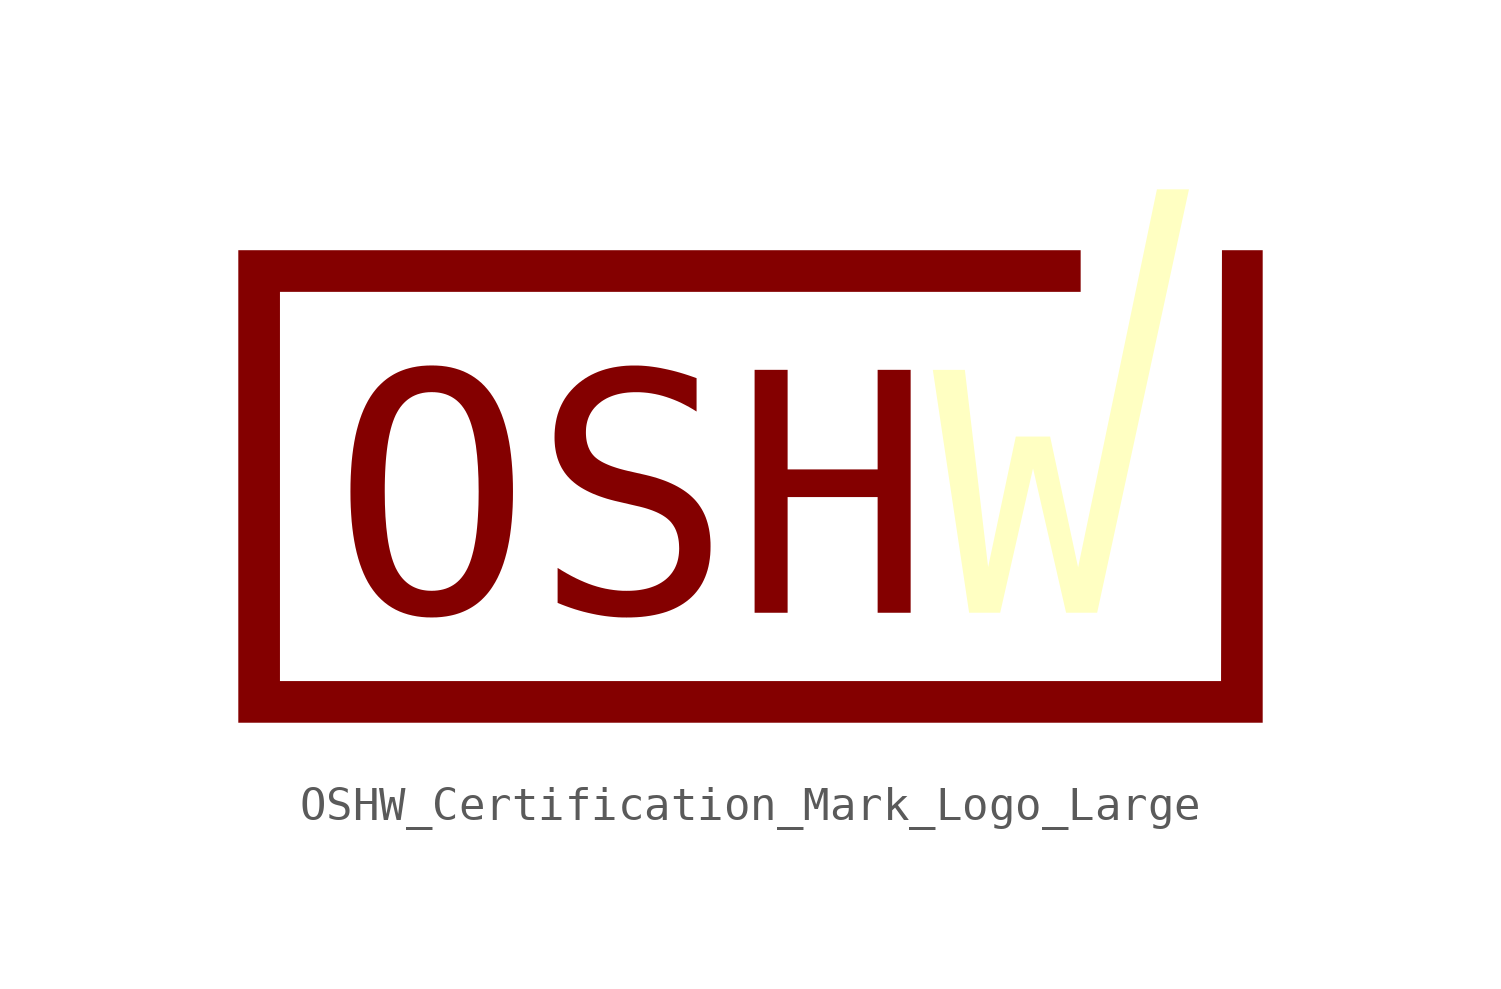
<source format=kicad_sym>
(kicad_symbol_lib
  (version 20231120)
  (generator "kicad_symbol_editor")
  (generator_version "8.0")
  (symbol "OSHW_Certification_Mark_Logo_Large"
    (property "Reference" "LOGO"
      (at 0 0 0)
      (effects (font (size 1.27 1.27)) (hide yes)))
    (symbol "OSHW_Certification_Mark_Logo_Large_0_1"
      (polyline (pts (xy -6.956 -1.072) (xy -6.956 -1.072) (xy -6.956 -1.072)) (stroke (width -0.0001) (type default)) (fill (type background)))
      (polyline (pts (xy -1.579 2.248) (xy -1.579 2.248) (xy -1.579 2.248)) (stroke (width -0.0001) (type default)) (fill (type background)))
      (polyline (pts (xy 10.152 -4.622) (xy 9.242 -4.622) (xy 8.274 -0.396) (xy 7.312 -4.622) (xy 6.402 -4.622) (xy 5.339 2.492) (xy 6.278 2.492) (xy 6.959 -3.283) (xy 7.769 0.538) (xy 8.775 0.538) (xy 9.594 -3.293) (xy 11.902 7.778) (xy 12.841 7.778)) (stroke (width -0.0001) (type default)) (fill (type background))))
    (symbol "OSHW_Certification_Mark_Logo_Large_1_1"
      (polyline (pts (xy 15 -7.843) (xy -15 -7.843) (xy -15 5.995) (xy -15 5.995) (xy 9.669 5.995) (xy 9.669 4.775) (xy -13.78 4.775) (xy -13.78 -6.623) (xy 13.78 -6.623) (xy 13.807 5.995) (xy 15 5.995)) (stroke (width -0.0001) (type default)) (fill (type outline)))
      (polyline (pts (xy 1.087 -0.424) (xy 3.723 -0.424) (xy 3.723 2.492) (xy 4.69 2.492) (xy 4.69 -4.622) (xy 3.723 -4.622) (xy 3.723 -1.234) (xy 1.087 -1.234) (xy 1.087 -4.622) (xy 0.12 -4.622) (xy 0.12 2.492) (xy 1.087 2.492)) (stroke (width -0.0001) (type default)) (fill (type outline)))
      (polyline (pts (xy -9.19 2.617) (xy -9.047 2.607) (xy -8.908 2.589) (xy -8.774 2.564) (xy -8.645 2.531) (xy -8.521 2.492) (xy -8.402 2.446) (xy -8.288 2.392) (xy -8.178 2.331) (xy -8.073 2.263) (xy -7.973 2.188) (xy -7.878 2.106) (xy -7.788 2.017) (xy -7.703 1.92) (xy -7.622 1.817) (xy -7.547 1.706) (xy -7.475 1.588) (xy -7.408 1.462) (xy -7.346 1.329) (xy -7.288 1.189) (xy -7.235 1.042) (xy -7.187 0.886) (xy -7.143 0.724) (xy -7.104 0.554) (xy -7.069 0.377) (xy -7.039 0.192) (xy -7.014 -0.0003) (xy -6.993 -0.2) (xy -6.977 -0.407) (xy -6.965 -0.621) (xy -6.958 -0.843) (xy -6.956 -1.072) (xy -6.958 -1.301) (xy -6.965 -1.522) (xy -6.977 -1.736) (xy -6.993 -1.942) (xy -7.014 -2.141) (xy -7.039 -2.333) (xy -7.069 -2.518) (xy -7.104 -2.695) (xy -7.143 -2.864) (xy -7.187 -3.026) (xy -7.235 -3.181) (xy -7.288 -3.329) (xy -7.346 -3.469) (xy -7.408 -3.602) (xy -7.475 -3.727) (xy -7.547 -3.845) (xy -7.584 -3.902) (xy -7.622 -3.956) (xy -7.662 -4.009) (xy -7.703 -4.06) (xy -7.745 -4.109) (xy -7.788 -4.156) (xy -7.833 -4.202) (xy -7.878 -4.246) (xy -7.925 -4.288) (xy -7.973 -4.328) (xy -8.023 -4.366) (xy -8.073 -4.403) (xy -8.125 -4.438) (xy -8.178 -4.471) (xy -8.232 -4.502) (xy -8.288 -4.532) (xy -8.344 -4.559) (xy -8.402 -4.585) (xy -8.461 -4.609) (xy -8.521 -4.632) (xy -8.583 -4.652) (xy -8.645 -4.671) (xy -8.709 -4.688) (xy -8.774 -4.703) (xy -8.841 -4.716) (xy -8.908 -4.728) (xy -9.047 -4.746) (xy -9.19 -4.757) (xy -9.338 -4.76) (xy -9.487 -4.757) (xy -9.63 -4.746) (xy -9.769 -4.728) (xy -9.902 -4.703) (xy -10.031 -4.671) (xy -10.155 -4.632) (xy -10.275 -4.586) (xy -10.389 -4.533) (xy -10.499 -4.472) (xy -10.603 -4.405) (xy -10.703 -4.33) (xy -10.798 -4.248) (xy -10.889 -4.159) (xy -10.974 -4.063) (xy -11.054 -3.96) (xy -11.13 -3.85) (xy -11.201 -3.733) (xy -11.267 -3.608) (xy -11.329 -3.475) (xy -11.386 -3.335) (xy -11.439 -3.188) (xy -11.487 -3.033) (xy -11.531 -2.87) (xy -11.57 -2.7) (xy -11.604 -2.523) (xy -11.634 -2.338) (xy -11.659 -2.146) (xy -11.68 -1.946) (xy -11.695 -1.739) (xy -11.707 -1.524) (xy -11.714 -1.302) (xy -11.716 -1.072) (xy -10.711 -1.072) (xy -10.706 -1.449) (xy -10.691 -1.798) (xy -10.666 -2.119) (xy -10.631 -2.412) (xy -10.61 -2.549) (xy -10.586 -2.678) (xy -10.56 -2.8) (xy -10.531 -2.915) (xy -10.5 -3.024) (xy -10.466 -3.125) (xy -10.43 -3.219) (xy -10.392 -3.307) (xy -10.349 -3.388) (xy -10.327 -3.427) (xy -10.304 -3.464) (xy -10.28 -3.5) (xy -10.256 -3.535) (xy -10.23 -3.569) (xy -10.204 -3.601) (xy -10.177 -3.632) (xy -10.149 -3.661) (xy -10.121 -3.689) (xy -10.091 -3.716) (xy -10.061 -3.742) (xy -10.03 -3.766) (xy -9.999 -3.789) (xy -9.966 -3.811) (xy -9.933 -3.831) (xy -9.899 -3.85) (xy -9.864 -3.868) (xy -9.828 -3.884) (xy -9.792 -3.899) (xy -9.755 -3.913) (xy -9.716 -3.926) (xy -9.678 -3.937) (xy -9.638 -3.947) (xy -9.598 -3.955) (xy -9.556 -3.962) (xy -9.514 -3.968) (xy -9.472 -3.973) (xy -9.428 -3.976) (xy -9.338 -3.979) (xy -9.248 -3.976) (xy -9.161 -3.968) (xy -9.078 -3.955) (xy -8.997 -3.937) (xy -8.92 -3.914) (xy -8.846 -3.885) (xy -8.776 -3.851) (xy -8.708 -3.812) (xy -8.644 -3.768) (xy -8.583 -3.718) (xy -8.525 -3.663) (xy -8.471 -3.603) (xy -8.42 -3.538) (xy -8.372 -3.468) (xy -8.327 -3.392) (xy -8.285 -3.312) (xy -8.246 -3.224) (xy -8.209 -3.13) (xy -8.175 -3.028) (xy -8.144 -2.92) (xy -8.114 -2.804) (xy -8.088 -2.682) (xy -8.064 -2.552) (xy -8.042 -2.416) (xy -8.023 -2.272) (xy -8.007 -2.122) (xy -7.993 -1.964) (xy -7.982 -1.8) (xy -7.973 -1.628) (xy -7.966 -1.45) (xy -7.963 -1.264) (xy -7.961 -1.072) (xy -7.966 -0.694) (xy -7.982 -0.344) (xy -8.007 -0.022) (xy -8.042 0.272) (xy -8.064 0.408) (xy -8.088 0.538) (xy -8.114 0.66) (xy -8.144 0.776) (xy -8.175 0.884) (xy -8.209 0.986) (xy -8.246 1.08) (xy -8.285 1.167) (xy -8.327 1.249) (xy -8.349 1.288) (xy -8.372 1.325) (xy -8.395 1.361) (xy -8.42 1.396) (xy -8.445 1.429) (xy -8.471 1.462) (xy -8.498 1.492) (xy -8.525 1.522) (xy -8.554 1.55) (xy -8.583 1.577) (xy -8.613 1.603) (xy -8.644 1.627) (xy -8.676 1.65) (xy -8.708 1.671) (xy -8.742 1.692) (xy -8.776 1.711) (xy -8.811 1.728) (xy -8.846 1.745) (xy -8.883 1.76) (xy -8.92 1.774) (xy -8.958 1.786) (xy -8.997 1.797) (xy -9.037 1.807) (xy -9.078 1.816) (xy -9.119 1.823) (xy -9.161 1.829) (xy -9.204 1.833) (xy -9.248 1.837) (xy -9.338 1.839) (xy -9.428 1.837) (xy -9.514 1.829) (xy -9.598 1.816) (xy -9.678 1.797) (xy -9.755 1.774) (xy -9.828 1.745) (xy -9.899 1.711) (xy -9.966 1.671) (xy -10.03 1.627) (xy -10.091 1.577) (xy -10.149 1.522) (xy -10.204 1.462) (xy -10.256 1.396) (xy -10.304 1.325) (xy -10.349 1.249) (xy -10.392 1.167) (xy -10.43 1.08) (xy -10.466 0.986) (xy -10.5 0.884) (xy -10.531 0.776) (xy -10.56 0.66) (xy -10.586 0.538) (xy -10.61 0.408) (xy -10.631 0.272) (xy -10.65 0.128) (xy -10.666 -0.022) (xy -10.68 -0.18) (xy -10.691 -0.344) (xy -10.7 -0.516) (xy -10.706 -0.694) (xy -10.71 -0.88) (xy -10.711 -1.072) (xy -11.716 -1.072) (xy -11.716 -1.072) (xy -11.714 -0.843) (xy -11.707 -0.621) (xy -11.695 -0.407) (xy -11.68 -0.2) (xy -11.659 -0.0003) (xy -11.634 0.192) (xy -11.604 0.377) (xy -11.57 0.554) (xy -11.531 0.724) (xy -11.487 0.886) (xy -11.439 1.042) (xy -11.386 1.189) (xy -11.329 1.329) (xy -11.267 1.462) (xy -11.201 1.588) (xy -11.13 1.706) (xy -11.092 1.762) (xy -11.054 1.817) (xy -11.014 1.869) (xy -10.973 1.92) (xy -10.931 1.97) (xy -10.887 2.017) (xy -10.842 2.062) (xy -10.796 2.106) (xy -10.749 2.148) (xy -10.701 2.188) (xy -10.652 2.227) (xy -10.601 2.263) (xy -10.549 2.298) (xy -10.496 2.331) (xy -10.442 2.363) (xy -10.387 2.392) (xy -10.33 2.42) (xy -10.272 2.446) (xy -10.213 2.47) (xy -10.153 2.492) (xy -10.092 2.513) (xy -10.029 2.531) (xy -9.966 2.548) (xy -9.901 2.564) (xy -9.767 2.589) (xy -9.629 2.607) (xy -9.486 2.617) (xy -9.338 2.621)) (stroke (width -0.0001) (type default)) (fill (type outline)))
      (polyline (pts (xy -3.292 2.618) (xy -3.187 2.614) (xy -3.082 2.606) (xy -2.974 2.596) (xy -2.866 2.582) (xy -2.756 2.566) (xy -2.645 2.547) (xy -2.533 2.524) (xy -2.419 2.5) (xy -2.303 2.473) (xy -2.186 2.443) (xy -2.068 2.41) (xy -1.948 2.374) (xy -1.827 2.335) (xy -1.704 2.293) (xy -1.579 2.248) (xy -1.579 1.271) (xy -1.689 1.339) (xy -1.799 1.403) (xy -1.909 1.462) (xy -2.019 1.518) (xy -2.129 1.569) (xy -2.24 1.615) (xy -2.35 1.657) (xy -2.461 1.695) (xy -2.571 1.729) (xy -2.681 1.758) (xy -2.791 1.782) (xy -2.902 1.802) (xy -3.013 1.818) (xy -3.124 1.829) (xy -3.236 1.836) (xy -3.347 1.838) (xy -3.431 1.837) (xy -3.513 1.833) (xy -3.593 1.827) (xy -3.67 1.818) (xy -3.745 1.807) (xy -3.818 1.793) (xy -3.889 1.777) (xy -3.957 1.758) (xy -4.023 1.737) (xy -4.087 1.713) (xy -4.149 1.687) (xy -4.209 1.659) (xy -4.266 1.627) (xy -4.321 1.594) (xy -4.374 1.558) (xy -4.424 1.519) (xy -4.472 1.479) (xy -4.517 1.437) (xy -4.559 1.393) (xy -4.597 1.348) (xy -4.633 1.3) (xy -4.665 1.252) (xy -4.694 1.201) (xy -4.721 1.148) (xy -4.744 1.094) (xy -4.764 1.038) (xy -4.781 0.981) (xy -4.795 0.921) (xy -4.806 0.86) (xy -4.814 0.797) (xy -4.818 0.732) (xy -4.82 0.666) (xy -4.819 0.608) (xy -4.816 0.551) (xy -4.811 0.497) (xy -4.804 0.444) (xy -4.795 0.393) (xy -4.784 0.344) (xy -4.77 0.296) (xy -4.755 0.25) (xy -4.738 0.206) (xy -4.719 0.164) (xy -4.698 0.123) (xy -4.675 0.084) (xy -4.65 0.047) (xy -4.623 0.012) (xy -4.593 -0.022) (xy -4.562 -0.054) (xy -4.528 -0.084) (xy -4.49 -0.114) (xy -4.448 -0.144) (xy -4.403 -0.172) (xy -4.355 -0.201) (xy -4.303 -0.228) (xy -4.247 -0.255) (xy -4.188 -0.281) (xy -4.126 -0.307) (xy -4.06 -0.332) (xy -3.99 -0.356) (xy -3.917 -0.38) (xy -3.841 -0.403) (xy -3.761 -0.425) (xy -3.677 -0.447) (xy -3.59 -0.468) (xy -3.085 -0.583) (xy -2.962 -0.613) (xy -2.844 -0.645) (xy -2.729 -0.679) (xy -2.619 -0.716) (xy -2.513 -0.754) (xy -2.411 -0.795) (xy -2.314 -0.838) (xy -2.22 -0.883) (xy -2.131 -0.93) (xy -2.047 -0.979) (xy -1.966 -1.03) (xy -1.89 -1.083) (xy -1.818 -1.138) (xy -1.75 -1.196) (xy -1.687 -1.255) (xy -1.627 -1.316) (xy -1.572 -1.38) (xy -1.52 -1.447) (xy -1.472 -1.517) (xy -1.427 -1.589) (xy -1.386 -1.664) (xy -1.348 -1.742) (xy -1.314 -1.823) (xy -1.284 -1.907) (xy -1.257 -1.994) (xy -1.234 -2.083) (xy -1.214 -2.175) (xy -1.198 -2.271) (xy -1.186 -2.369) (xy -1.177 -2.469) (xy -1.171 -2.573) (xy -1.17 -2.679) (xy -1.172 -2.804) (xy -1.179 -2.925) (xy -1.192 -3.043) (xy -1.209 -3.156) (xy -1.231 -3.267) (xy -1.258 -3.373) (xy -1.29 -3.475) (xy -1.327 -3.574) (xy -1.369 -3.669) (xy -1.415 -3.76) (xy -1.467 -3.847) (xy -1.524 -3.931) (xy -1.585 -4.011) (xy -1.651 -4.087) (xy -1.722 -4.159) (xy -1.799 -4.228) (xy -1.879 -4.292) (xy -1.965 -4.353) (xy -2.055 -4.409) (xy -2.149 -4.461) (xy -2.248 -4.509) (xy -2.351 -4.553) (xy -2.458 -4.593) (xy -2.571 -4.628) (xy -2.687 -4.659) (xy -2.808 -4.686) (xy -2.934 -4.709) (xy -3.064 -4.728) (xy -3.198 -4.743) (xy -3.337 -4.753) (xy -3.481 -4.759) (xy -3.628 -4.761) (xy -3.754 -4.76) (xy -3.879 -4.755) (xy -4.004 -4.746) (xy -4.13 -4.734) (xy -4.256 -4.719) (xy -4.382 -4.7) (xy -4.508 -4.678) (xy -4.634 -4.652) (xy -4.76 -4.624) (xy -4.887 -4.593) (xy -5.013 -4.558) (xy -5.14 -4.52) (xy -5.267 -4.478) (xy -5.394 -4.433) (xy -5.521 -4.385) (xy -5.649 -4.333) (xy -5.649 -3.308) (xy -5.513 -3.392) (xy -5.379 -3.47) (xy -5.247 -3.543) (xy -5.116 -3.61) (xy -4.988 -3.67) (xy -4.862 -3.725) (xy -4.737 -3.775) (xy -4.615 -3.818) (xy -4.492 -3.856) (xy -4.369 -3.889) (xy -4.246 -3.917) (xy -4.123 -3.939) (xy -3.999 -3.957) (xy -3.876 -3.97) (xy -3.752 -3.978) (xy -3.628 -3.98) (xy -3.539 -3.979) (xy -3.451 -3.975) (xy -3.366 -3.969) (xy -3.284 -3.96) (xy -3.204 -3.948) (xy -3.127 -3.934) (xy -3.053 -3.918) (xy -2.98 -3.899) (xy -2.911 -3.877) (xy -2.844 -3.853) (xy -2.779 -3.827) (xy -2.717 -3.798) (xy -2.658 -3.766) (xy -2.601 -3.732) (xy -2.546 -3.695) (xy -2.494 -3.656) (xy -2.445 -3.614) (xy -2.399 -3.57) (xy -2.357 -3.524) (xy -2.317 -3.475) (xy -2.281 -3.425) (xy -2.248 -3.373) (xy -2.217 -3.319) (xy -2.191 -3.263) (xy -2.167 -3.205) (xy -2.146 -3.144) (xy -2.129 -3.082) (xy -2.115 -3.018) (xy -2.104 -2.952) (xy -2.096 -2.884) (xy -2.091 -2.813) (xy -2.089 -2.741) (xy -2.091 -2.675) (xy -2.094 -2.612) (xy -2.099 -2.55) (xy -2.107 -2.49) (xy -2.117 -2.432) (xy -2.129 -2.376) (xy -2.143 -2.322) (xy -2.16 -2.271) (xy -2.178 -2.221) (xy -2.199 -2.173) (xy -2.222 -2.127) (xy -2.248 -2.083) (xy -2.275 -2.041) (xy -2.305 -2.001) (xy -2.336 -1.962) (xy -2.37 -1.926) (xy -2.407 -1.892) (xy -2.446 -1.858) (xy -2.489 -1.825) (xy -2.535 -1.794) (xy -2.584 -1.763) (xy -2.636 -1.734) (xy -2.692 -1.705) (xy -2.751 -1.677) (xy -2.813 -1.651) (xy -2.878 -1.625) (xy -2.946 -1.601) (xy -3.018 -1.577) (xy -3.093 -1.554) (xy -3.171 -1.533) (xy -3.253 -1.512) (xy -3.338 -1.493) (xy -3.852 -1.373) (xy -3.974 -1.345) (xy -4.092 -1.314) (xy -4.205 -1.282) (xy -4.314 -1.247) (xy -4.419 -1.211) (xy -4.519 -1.173) (xy -4.616 -1.134) (xy -4.708 -1.092) (xy -4.795 -1.049) (xy -4.879 -1.004) (xy -4.958 -0.958) (xy -5.034 -0.909) (xy -5.104 -0.859) (xy -5.171 -0.806) (xy -5.233 -0.753) (xy -5.291 -0.697) (xy -5.346 -0.639) (xy -5.396 -0.579) (xy -5.444 -0.516) (xy -5.487 -0.451) (xy -5.528 -0.384) (xy -5.564 -0.314) (xy -5.598 -0.241) (xy -5.627 -0.167) (xy -5.654 -0.09) (xy -5.676 -0.01) (xy -5.696 0.072) (xy -5.711 0.156) (xy -5.724 0.243) (xy -5.732 0.332) (xy -5.738 0.424) (xy -5.739 0.518) (xy -5.737 0.636) (xy -5.729 0.75) (xy -5.717 0.862) (xy -5.699 0.971) (xy -5.677 1.077) (xy -5.65 1.179) (xy -5.617 1.279) (xy -5.58 1.376) (xy -5.537 1.47) (xy -5.49 1.56) (xy -5.438 1.648) (xy -5.38 1.733) (xy -5.318 1.815) (xy -5.25 1.894) (xy -5.178 1.97) (xy -5.101 2.043) (xy -5.019 2.113) (xy -4.933 2.178) (xy -4.845 2.239) (xy -4.753 2.295) (xy -4.658 2.347) (xy -4.559 2.394) (xy -4.458 2.437) (xy -4.353 2.475) (xy -4.244 2.509) (xy -4.133 2.538) (xy -4.018 2.563) (xy -3.9 2.583) (xy -3.779 2.599) (xy -3.654 2.611) (xy -3.526 2.617) (xy -3.395 2.619)) (stroke (width -0.0001) (type default)) (fill (type outline))))))
</source>
